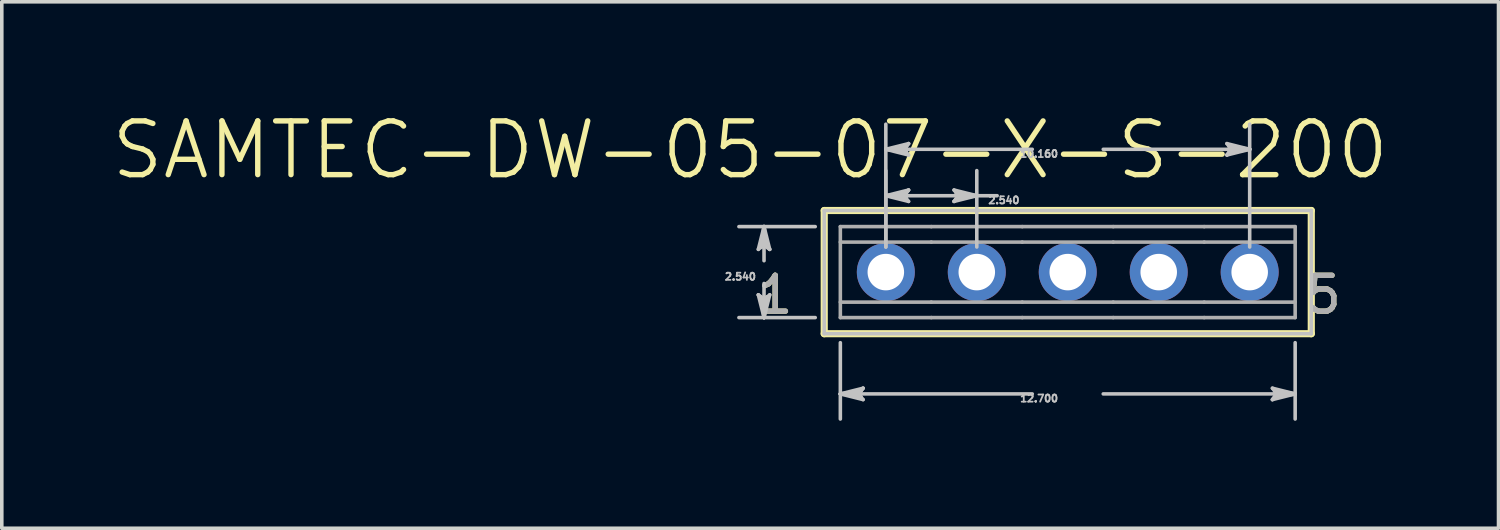
<source format=kicad_pcb>
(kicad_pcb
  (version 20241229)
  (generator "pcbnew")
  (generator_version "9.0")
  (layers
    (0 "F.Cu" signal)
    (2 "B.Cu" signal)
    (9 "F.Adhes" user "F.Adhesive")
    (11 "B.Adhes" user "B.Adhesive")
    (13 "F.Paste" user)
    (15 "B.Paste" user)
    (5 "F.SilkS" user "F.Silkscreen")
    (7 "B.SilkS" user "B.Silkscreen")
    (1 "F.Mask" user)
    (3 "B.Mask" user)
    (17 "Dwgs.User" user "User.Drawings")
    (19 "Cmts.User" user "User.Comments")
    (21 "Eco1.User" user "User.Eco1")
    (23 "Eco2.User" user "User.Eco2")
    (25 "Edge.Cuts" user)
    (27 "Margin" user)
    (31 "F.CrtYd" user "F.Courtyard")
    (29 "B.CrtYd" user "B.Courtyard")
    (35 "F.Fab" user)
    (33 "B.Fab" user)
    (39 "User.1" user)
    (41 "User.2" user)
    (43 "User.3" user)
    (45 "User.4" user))
  (footprint "SAMTEC-DW-05-07-X-S-200"
    (layer "F.Cu")
    (at 26.765 4.548)
    (property "Reference" "SAMTEC-DW-05-07-X-S-200" (at -8.868 -3.408 0) (layer "F.SilkS") (effects (font (size 1.5 1.5) (thickness 0.15))))
    (attr through_hole)
    (fp_circle (center -5.08 0) (end -4.219 0) (stroke (width 0) (type solid)) (fill yes) (layer "F.Mask"))
    (fp_circle (center -2.54 0) (end -1.679 0) (stroke (width 0) (type solid)) (fill yes) (layer "F.Mask"))
    (fp_circle (center 0 0) (end 0.861 0) (stroke (width 0) (type solid)) (fill yes) (layer "F.Mask"))
    (fp_circle (center 2.54 0) (end 3.401 0) (stroke (width 0) (type solid)) (fill yes) (layer "F.Mask"))
    (fp_circle (center 5.08 0) (end 5.941 0) (stroke (width 0) (type solid)) (fill yes) (layer "F.Mask"))
    (fp_circle (center -5.08 0) (end -4.219 0) (stroke (width 0) (type solid)) (fill yes) (layer "B.Mask"))
    (fp_circle (center -2.54 0) (end -1.679 0) (stroke (width 0) (type solid)) (fill yes) (layer "B.Mask"))
    (fp_circle (center 0 0) (end 0.861 0) (stroke (width 0) (type solid)) (fill yes) (layer "B.Mask"))
    (fp_circle (center 2.54 0) (end 3.401 0) (stroke (width 0) (type solid)) (fill yes) (layer "B.Mask"))
    (fp_circle (center 5.08 0) (end 5.941 0) (stroke (width 0) (type solid)) (fill yes) (layer "B.Mask"))
    (fp_line (start -6.8 -1.72) (end -6.8 1.72) (stroke (width 0.2) (type solid)) (layer "F.SilkS"))
    (fp_line (start -6.8 1.72) (end 6.8 1.72) (stroke (width 0.2) (type solid)) (layer "F.SilkS"))
    (fp_line (start 6.8 -1.72) (end -6.8 -1.72) (stroke (width 0.2) (type solid)) (layer "F.SilkS"))
    (fp_line (start 6.8 1.72) (end 6.8 -1.72) (stroke (width 0.2) (type solid)) (layer "F.SilkS"))
    (fp_line (start -8.64 -0.635) (end -8.481 -0.762) (stroke (width 0.1) (type solid)) (layer "Dwgs.User"))
    (fp_line (start -8.64 0.635) (end -8.481 1.27) (stroke (width 0.1) (type solid)) (layer "Dwgs.User"))
    (fp_line (start -8.56 -0.698) (end -8.481 -0.762) (stroke (width 0.1) (type solid)) (layer "Dwgs.User"))
    (fp_line (start -8.56 0.698) (end -8.64 0.635) (stroke (width 0.1) (type solid)) (layer "Dwgs.User"))
    (fp_line (start -8.481 -1.27) (end -8.64 -0.635) (stroke (width 0.1) (type solid)) (layer "Dwgs.User"))
    (fp_line (start -8.481 -1.27) (end -8.56 -0.698) (stroke (width 0.1) (type solid)) (layer "Dwgs.User"))
    (fp_line (start -8.481 -1.27) (end -8.402 -0.698) (stroke (width 0.1) (type solid)) (layer "Dwgs.User"))
    (fp_line (start -8.481 -0.762) (end -8.481 -1.27) (stroke (width 0.1) (type solid)) (layer "Dwgs.User"))
    (fp_line (start -8.481 -0.762) (end -8.322 -0.635) (stroke (width 0.1) (type solid)) (layer "Dwgs.User"))
    (fp_line (start -8.481 -0.318) (end -8.481 -1.27) (stroke (width 0.1) (type solid)) (layer "Dwgs.User"))
    (fp_line (start -8.481 0.318) (end -8.481 1.27) (stroke (width 0.1) (type solid)) (layer "Dwgs.User"))
    (fp_line (start -8.481 0.762) (end -8.64 0.635) (stroke (width 0.1) (type solid)) (layer "Dwgs.User"))
    (fp_line (start -8.481 0.762) (end -8.481 1.27) (stroke (width 0.1) (type solid)) (layer "Dwgs.User"))
    (fp_line (start -8.481 1.27) (end -8.56 0.698) (stroke (width 0.1) (type solid)) (layer "Dwgs.User"))
    (fp_line (start -8.481 1.27) (end -8.402 0.698) (stroke (width 0.1) (type solid)) (layer "Dwgs.User"))
    (fp_line (start -8.481 1.27) (end -8.322 0.635) (stroke (width 0.1) (type solid)) (layer "Dwgs.User"))
    (fp_line (start -8.402 -0.698) (end -8.322 -0.635) (stroke (width 0.1) (type solid)) (layer "Dwgs.User"))
    (fp_line (start -8.402 0.698) (end -8.481 0.762) (stroke (width 0.1) (type solid)) (layer "Dwgs.User"))
    (fp_line (start -8.322 -0.635) (end -8.481 -1.27) (stroke (width 0.1) (type solid)) (layer "Dwgs.User"))
    (fp_line (start -8.322 0.635) (end -8.481 0.762) (stroke (width 0.1) (type solid)) (layer "Dwgs.User"))
    (fp_line (start -7.051 -1.27) (end -9.182 -1.27) (stroke (width 0.1) (type solid)) (layer "Dwgs.User"))
    (fp_line (start -7.051 1.27) (end -9.182 1.27) (stroke (width 0.1) (type solid)) (layer "Dwgs.User"))
    (fp_line (start -6.8 -1.72) (end -6.8 1.72) (stroke (width 0.1) (type solid)) (layer "Dwgs.User"))
    (fp_line (start -6.8 1.72) (end 6.8 1.72) (stroke (width 0.1) (type solid)) (layer "Dwgs.User"))
    (fp_line (start -6.35 1.971) (end -6.35 4.102) (stroke (width 0.1) (type solid)) (layer "Dwgs.User"))
    (fp_line (start -6.35 3.401) (end -5.778 3.322) (stroke (width 0.1) (type solid)) (layer "Dwgs.User"))
    (fp_line (start -6.35 3.401) (end -5.778 3.48) (stroke (width 0.1) (type solid)) (layer "Dwgs.User"))
    (fp_line (start -6.35 3.401) (end -5.715 3.56) (stroke (width 0.1) (type solid)) (layer "Dwgs.User"))
    (fp_line (start -5.842 3.401) (end -6.35 3.401) (stroke (width 0.1) (type solid)) (layer "Dwgs.User"))
    (fp_line (start -5.842 3.401) (end -5.715 3.242) (stroke (width 0.1) (type solid)) (layer "Dwgs.User"))
    (fp_line (start -5.778 3.322) (end -5.715 3.242) (stroke (width 0.1) (type solid)) (layer "Dwgs.User"))
    (fp_line (start -5.778 3.48) (end -5.842 3.401) (stroke (width 0.1) (type solid)) (layer "Dwgs.User"))
    (fp_line (start -5.715 3.242) (end -6.35 3.401) (stroke (width 0.1) (type solid)) (layer "Dwgs.User"))
    (fp_line (start -5.715 3.56) (end -5.842 3.401) (stroke (width 0.1) (type solid)) (layer "Dwgs.User"))
    (fp_line (start -5.08 -3.429) (end -4.508 -3.508) (stroke (width 0.1) (type solid)) (layer "Dwgs.User"))
    (fp_line (start -5.08 -3.429) (end -4.508 -3.35) (stroke (width 0.1) (type solid)) (layer "Dwgs.User"))
    (fp_line (start -5.08 -3.429) (end -4.445 -3.27) (stroke (width 0.1) (type solid)) (layer "Dwgs.User"))
    (fp_line (start -5.08 -2.133) (end -4.509 -2.212) (stroke (width 0.1) (type solid)) (layer "Dwgs.User"))
    (fp_line (start -5.08 -2.133) (end -4.509 -2.053) (stroke (width 0.1) (type solid)) (layer "Dwgs.User"))
    (fp_line (start -5.08 -2.133) (end -4.445 -1.974) (stroke (width 0.1) (type solid)) (layer "Dwgs.User"))
    (fp_line (start -5.08 -0.701) (end -5.08 -4.13) (stroke (width 0.1) (type solid)) (layer "Dwgs.User"))
    (fp_line (start -5.08 -0.701) (end -5.08 -2.834) (stroke (width 0.1) (type solid)) (layer "Dwgs.User"))
    (fp_line (start -4.572 -3.429) (end -5.08 -3.429) (stroke (width 0.1) (type solid)) (layer "Dwgs.User"))
    (fp_line (start -4.572 -3.429) (end -4.445 -3.588) (stroke (width 0.1) (type solid)) (layer "Dwgs.User"))
    (fp_line (start -4.572 -2.133) (end -5.08 -2.133) (stroke (width 0.1) (type solid)) (layer "Dwgs.User"))
    (fp_line (start -4.572 -2.133) (end -4.445 -2.292) (stroke (width 0.1) (type solid)) (layer "Dwgs.User"))
    (fp_line (start -4.509 -2.212) (end -4.445 -2.292) (stroke (width 0.1) (type solid)) (layer "Dwgs.User"))
    (fp_line (start -4.509 -2.053) (end -4.572 -2.133) (stroke (width 0.1) (type solid)) (layer "Dwgs.User"))
    (fp_line (start -4.508 -3.508) (end -4.445 -3.588) (stroke (width 0.1) (type solid)) (layer "Dwgs.User"))
    (fp_line (start -4.508 -3.35) (end -4.572 -3.429) (stroke (width 0.1) (type solid)) (layer "Dwgs.User"))
    (fp_line (start -4.445 -3.588) (end -5.08 -3.429) (stroke (width 0.1) (type solid)) (layer "Dwgs.User"))
    (fp_line (start -4.445 -3.27) (end -4.572 -3.429) (stroke (width 0.1) (type solid)) (layer "Dwgs.User"))
    (fp_line (start -4.445 -2.292) (end -5.08 -2.133) (stroke (width 0.1) (type solid)) (layer "Dwgs.User"))
    (fp_line (start -4.445 -1.974) (end -4.572 -2.133) (stroke (width 0.1) (type solid)) (layer "Dwgs.User"))
    (fp_line (start -3.175 -2.292) (end -3.048 -2.133) (stroke (width 0.1) (type solid)) (layer "Dwgs.User"))
    (fp_line (start -3.175 -1.974) (end -2.54 -2.133) (stroke (width 0.1) (type solid)) (layer "Dwgs.User"))
    (fp_line (start -3.111 -2.213) (end -3.048 -2.133) (stroke (width 0.1) (type solid)) (layer "Dwgs.User"))
    (fp_line (start -3.111 -2.054) (end -3.175 -1.974) (stroke (width 0.1) (type solid)) (layer "Dwgs.User"))
    (fp_line (start -3.048 -2.133) (end -3.175 -1.974) (stroke (width 0.1) (type solid)) (layer "Dwgs.User"))
    (fp_line (start -3.048 -2.133) (end -2.54 -2.133) (stroke (width 0.1) (type solid)) (layer "Dwgs.User"))
    (fp_line (start -2.54 -2.133) (end -5.08 -2.133) (stroke (width 0.1) (type solid)) (layer "Dwgs.User"))
    (fp_line (start -2.54 -2.133) (end -3.175 -2.292) (stroke (width 0.1) (type solid)) (layer "Dwgs.User"))
    (fp_line (start -2.54 -2.133) (end -3.111 -2.213) (stroke (width 0.1) (type solid)) (layer "Dwgs.User"))
    (fp_line (start -2.54 -2.133) (end -3.111 -2.054) (stroke (width 0.1) (type solid)) (layer "Dwgs.User"))
    (fp_line (start -2.54 -0.701) (end -2.54 -2.834) (stroke (width 0.1) (type solid)) (layer "Dwgs.User"))
    (fp_line (start -1.971 -2.133) (end -2.54 -2.133) (stroke (width 0.1) (type solid)) (layer "Dwgs.User"))
    (fp_line (start -0.991 -3.429) (end -5.08 -3.429) (stroke (width 0.1) (type solid)) (layer "Dwgs.User"))
    (fp_line (start -0.991 3.401) (end -6.35 3.401) (stroke (width 0.1) (type solid)) (layer "Dwgs.User"))
    (fp_line (start 0.991 -3.429) (end 5.08 -3.429) (stroke (width 0.1) (type solid)) (layer "Dwgs.User"))
    (fp_line (start 0.991 3.401) (end 6.35 3.401) (stroke (width 0.1) (type solid)) (layer "Dwgs.User"))
    (fp_line (start 4.445 -3.588) (end 4.572 -3.429) (stroke (width 0.1) (type solid)) (layer "Dwgs.User"))
    (fp_line (start 4.445 -3.27) (end 5.08 -3.429) (stroke (width 0.1) (type solid)) (layer "Dwgs.User"))
    (fp_line (start 4.508 -3.508) (end 4.572 -3.429) (stroke (width 0.1) (type solid)) (layer "Dwgs.User"))
    (fp_line (start 4.508 -3.35) (end 4.445 -3.27) (stroke (width 0.1) (type solid)) (layer "Dwgs.User"))
    (fp_line (start 4.572 -3.429) (end 4.445 -3.27) (stroke (width 0.1) (type solid)) (layer "Dwgs.User"))
    (fp_line (start 4.572 -3.429) (end 5.08 -3.429) (stroke (width 0.1) (type solid)) (layer "Dwgs.User"))
    (fp_line (start 5.08 -3.429) (end 4.445 -3.588) (stroke (width 0.1) (type solid)) (layer "Dwgs.User"))
    (fp_line (start 5.08 -3.429) (end 4.508 -3.508) (stroke (width 0.1) (type solid)) (layer "Dwgs.User"))
    (fp_line (start 5.08 -3.429) (end 4.508 -3.35) (stroke (width 0.1) (type solid)) (layer "Dwgs.User"))
    (fp_line (start 5.08 -0.701) (end 5.08 -4.13) (stroke (width 0.1) (type solid)) (layer "Dwgs.User"))
    (fp_line (start 5.715 3.242) (end 5.842 3.401) (stroke (width 0.1) (type solid)) (layer "Dwgs.User"))
    (fp_line (start 5.715 3.56) (end 6.35 3.401) (stroke (width 0.1) (type solid)) (layer "Dwgs.User"))
    (fp_line (start 5.778 3.322) (end 5.842 3.401) (stroke (width 0.1) (type solid)) (layer "Dwgs.User"))
    (fp_line (start 5.778 3.48) (end 5.715 3.56) (stroke (width 0.1) (type solid)) (layer "Dwgs.User"))
    (fp_line (start 5.842 3.401) (end 5.715 3.56) (stroke (width 0.1) (type solid)) (layer "Dwgs.User"))
    (fp_line (start 5.842 3.401) (end 6.35 3.401) (stroke (width 0.1) (type solid)) (layer "Dwgs.User"))
    (fp_line (start 6.35 1.971) (end 6.35 4.102) (stroke (width 0.1) (type solid)) (layer "Dwgs.User"))
    (fp_line (start 6.35 3.401) (end 5.715 3.242) (stroke (width 0.1) (type solid)) (layer "Dwgs.User"))
    (fp_line (start 6.35 3.401) (end 5.778 3.322) (stroke (width 0.1) (type solid)) (layer "Dwgs.User"))
    (fp_line (start 6.35 3.401) (end 5.778 3.48) (stroke (width 0.1) (type solid)) (layer "Dwgs.User"))
    (fp_line (start 6.8 -1.72) (end -6.8 -1.72) (stroke (width 0.1) (type solid)) (layer "Dwgs.User"))
    (fp_line (start 6.8 1.72) (end 6.8 -1.72) (stroke (width 0.1) (type solid)) (layer "Dwgs.User"))
    (fp_line (start -6.35 -1.27) (end -6.35 1.27) (stroke (width 0.1) (type solid)) (layer "F.Fab"))
    (fp_line (start -6.35 -0.838) (end -3.81 -0.838) (stroke (width 0.1) (type solid)) (layer "F.Fab"))
    (fp_line (start -6.35 0.838) (end -3.81 0.838) (stroke (width 0.1) (type solid)) (layer "F.Fab"))
    (fp_line (start -6.35 1.27) (end -3.81 1.27) (stroke (width 0.1) (type solid)) (layer "F.Fab"))
    (fp_line (start -5.398 -0.318) (end -4.762 -0.318) (stroke (width 0.1) (type solid)) (layer "F.Fab"))
    (fp_line (start -5.398 0.318) (end -5.398 -0.318) (stroke (width 0.1) (type solid)) (layer "F.Fab"))
    (fp_line (start -5.398 0.318) (end -4.762 0.318) (stroke (width 0.1) (type solid)) (layer "F.Fab"))
    (fp_line (start -4.762 0.318) (end -4.762 -0.318) (stroke (width 0.1) (type solid)) (layer "F.Fab"))
    (fp_line (start -3.81 -1.27) (end -6.35 -1.27) (stroke (width 0.1) (type solid)) (layer "F.Fab"))
    (fp_line (start -3.81 -0.838) (end -1.27 -0.838) (stroke (width 0.1) (type solid)) (layer "F.Fab"))
    (fp_line (start -3.81 0.838) (end -1.27 0.838) (stroke (width 0.1) (type solid)) (layer "F.Fab"))
    (fp_line (start -3.81 1.27) (end -1.27 1.27) (stroke (width 0.1) (type solid)) (layer "F.Fab"))
    (fp_line (start -2.858 -0.318) (end -2.222 -0.318) (stroke (width 0.1) (type solid)) (layer "F.Fab"))
    (fp_line (start -2.858 0.318) (end -2.858 -0.318) (stroke (width 0.1) (type solid)) (layer "F.Fab"))
    (fp_line (start -2.858 0.318) (end -2.222 0.318) (stroke (width 0.1) (type solid)) (layer "F.Fab"))
    (fp_line (start -2.222 0.318) (end -2.222 -0.318) (stroke (width 0.1) (type solid)) (layer "F.Fab"))
    (fp_line (start -1.27 -1.27) (end -3.81 -1.27) (stroke (width 0.1) (type solid)) (layer "F.Fab"))
    (fp_line (start -1.27 -0.838) (end 1.27 -0.838) (stroke (width 0.1) (type solid)) (layer "F.Fab"))
    (fp_line (start -1.27 0.838) (end 1.27 0.838) (stroke (width 0.1) (type solid)) (layer "F.Fab"))
    (fp_line (start -1.27 1.27) (end 1.27 1.27) (stroke (width 0.1) (type solid)) (layer "F.Fab"))
    (fp_line (start -0.318 -0.318) (end 0.318 -0.318) (stroke (width 0.1) (type solid)) (layer "F.Fab"))
    (fp_line (start -0.318 0.318) (end -0.318 -0.318) (stroke (width 0.1) (type solid)) (layer "F.Fab"))
    (fp_line (start -0.318 0.318) (end 0.318 0.318) (stroke (width 0.1) (type solid)) (layer "F.Fab"))
    (fp_line (start 0.318 0.318) (end 0.318 -0.318) (stroke (width 0.1) (type solid)) (layer "F.Fab"))
    (fp_line (start 1.27 -1.27) (end -1.27 -1.27) (stroke (width 0.1) (type solid)) (layer "F.Fab"))
    (fp_line (start 1.27 -0.838) (end 3.81 -0.838) (stroke (width 0.1) (type solid)) (layer "F.Fab"))
    (fp_line (start 1.27 0.838) (end 3.81 0.838) (stroke (width 0.1) (type solid)) (layer "F.Fab"))
    (fp_line (start 1.27 1.27) (end 3.81 1.27) (stroke (width 0.1) (type solid)) (layer "F.Fab"))
    (fp_line (start 2.222 -0.318) (end 2.858 -0.318) (stroke (width 0.1) (type solid)) (layer "F.Fab"))
    (fp_line (start 2.222 0.318) (end 2.222 -0.318) (stroke (width 0.1) (type solid)) (layer "F.Fab"))
    (fp_line (start 2.222 0.318) (end 2.858 0.318) (stroke (width 0.1) (type solid)) (layer "F.Fab"))
    (fp_line (start 2.858 0.318) (end 2.858 -0.318) (stroke (width 0.1) (type solid)) (layer "F.Fab"))
    (fp_line (start 3.81 -1.27) (end 1.27 -1.27) (stroke (width 0.1) (type solid)) (layer "F.Fab"))
    (fp_line (start 3.81 -0.838) (end 6.35 -0.838) (stroke (width 0.1) (type solid)) (layer "F.Fab"))
    (fp_line (start 3.81 0.838) (end 6.35 0.838) (stroke (width 0.1) (type solid)) (layer "F.Fab"))
    (fp_line (start 3.81 1.27) (end 6.35 1.27) (stroke (width 0.1) (type solid)) (layer "F.Fab"))
    (fp_line (start 4.762 -0.318) (end 5.398 -0.318) (stroke (width 0.1) (type solid)) (layer "F.Fab"))
    (fp_line (start 4.762 0.318) (end 4.762 -0.318) (stroke (width 0.1) (type solid)) (layer "F.Fab"))
    (fp_line (start 4.762 0.318) (end 5.398 0.318) (stroke (width 0.1) (type solid)) (layer "F.Fab"))
    (fp_line (start 5.398 0.318) (end 5.398 -0.318) (stroke (width 0.1) (type solid)) (layer "F.Fab"))
    (fp_line (start 6.35 -1.27) (end 3.81 -1.27) (stroke (width 0.1) (type solid)) (layer "F.Fab"))
    (fp_line (start 6.35 1.27) (end 6.35 -1.27) (stroke (width 0.1) (type solid)) (layer "F.Fab"))
    (fp_text user "5" (at 7.141 0.635 0) (layer "F.SilkS") (effects (font (size 1 1) (thickness 0.15))))
    (fp_text user "1" (at -8.17 0.635 0) (layer "F.SilkS") (effects (font (size 1 1) (thickness 0.15))))
    (fp_text user "2.540" (at -1.782 -2.006 0) (layer "Dwgs.User") (effects (font (size 0.2 0.2) (thickness 0.15))))
    (fp_text user "2.540" (at -9.141 0.127 0) (layer "Dwgs.User") (effects (font (size 0.2 0.2) (thickness 0.15))))
    (fp_text user "12.700" (at -0.8 3.528 0) (layer "Dwgs.User") (effects (font (size 0.2 0.2) (thickness 0.15))))
    (fp_text user "10.160" (at -0.8 -3.302 0) (layer "Dwgs.User") (effects (font (size 0.2 0.2) (thickness 0.15))))
    (fp_text user "1" (at -8.17 0.635 0) (layer "F.Fab") (effects (font (size 1 1) (thickness 0.15))))
    (fp_text user "5" (at 7.141 0.635 0) (layer "F.Fab") (effects (font (size 1 1) (thickness 0.15))))
    (pad "1" thru_hole circle (at -5.08 0) (size 1.62 1.62) (drill 1.02) (layers "*.Cu"))
    (pad "2" thru_hole circle (at -2.54 0) (size 1.62 1.62) (drill 1.02) (layers "*.Cu"))
    (pad "3" thru_hole circle (at 0 0) (size 1.62 1.62) (drill 1.02) (layers "*.Cu"))
    (pad "4" thru_hole circle (at 2.54 0) (size 1.62 1.62) (drill 1.02) (layers "*.Cu"))
    (pad "5" thru_hole circle (at 5.08 0) (size 1.62 1.62) (drill 1.02) (layers "*.Cu")))
  (gr_rect
    (start -3 -3)
    (end 38.793 11.7)
    (stroke (width 0.1) (type default))
    (fill no)
    (layer "Edge.Cuts")))
</source>
